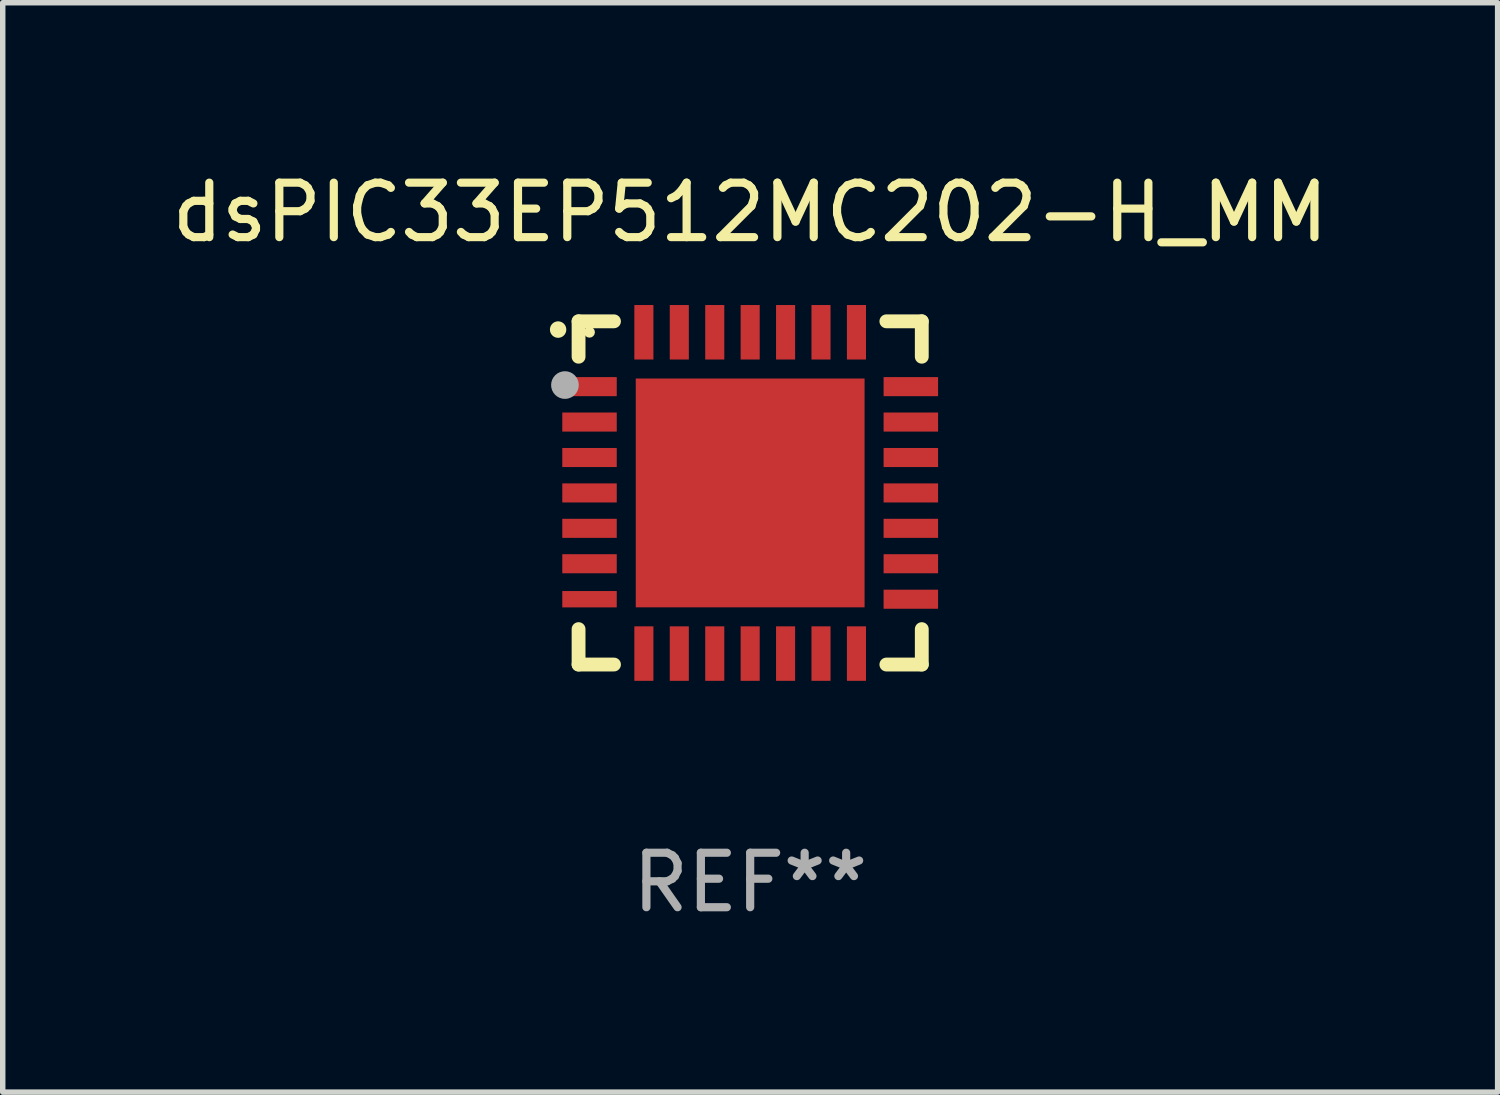
<source format=kicad_pcb>
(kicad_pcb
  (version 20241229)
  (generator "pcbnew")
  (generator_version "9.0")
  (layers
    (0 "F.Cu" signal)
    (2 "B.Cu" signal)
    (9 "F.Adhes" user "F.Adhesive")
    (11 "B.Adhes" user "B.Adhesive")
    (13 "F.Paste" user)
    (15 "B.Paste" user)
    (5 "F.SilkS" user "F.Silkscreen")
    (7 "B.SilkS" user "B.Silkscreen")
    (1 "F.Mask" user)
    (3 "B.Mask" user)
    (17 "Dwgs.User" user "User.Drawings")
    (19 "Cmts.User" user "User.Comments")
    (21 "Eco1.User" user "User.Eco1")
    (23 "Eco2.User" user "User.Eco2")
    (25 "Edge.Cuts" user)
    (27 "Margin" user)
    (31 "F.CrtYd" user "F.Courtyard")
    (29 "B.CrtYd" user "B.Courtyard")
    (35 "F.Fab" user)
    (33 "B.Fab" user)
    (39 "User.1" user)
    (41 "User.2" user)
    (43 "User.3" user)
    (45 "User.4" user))
  (footprint "dsPIC33EP512MC202-H_MM"
    (layer "F.Cu")
    (at 10.72 5.998)
    (property "Reference" "dsPIC33EP512MC202-H_MM" (at 0 -5.15 0) (layer "F.SilkS") (effects (font (size 1 1) (thickness 0.15))))
    (attr through_hole)
    (fp_line (start -3.15 -3.15) (end -2.5 -3.15) (stroke (width 0.254) (type solid)) (layer "F.SilkS"))
    (fp_line (start -3.15 -2.5) (end -3.15 -3.15) (stroke (width 0.254) (type solid)) (layer "F.SilkS"))
    (fp_line (start -3.15 3.15) (end -3.15 2.5) (stroke (width 0.254) (type solid)) (layer "F.SilkS"))
    (fp_line (start -2.5 3.15) (end -3.15 3.15) (stroke (width 0.254) (type solid)) (layer "F.SilkS"))
    (fp_line (start 2.5 -3.15) (end 3.15 -3.15) (stroke (width 0.254) (type solid)) (layer "F.SilkS"))
    (fp_line (start 2.5 3.15) (end 3.15 3.15) (stroke (width 0.254) (type solid)) (layer "F.SilkS"))
    (fp_line (start 3.15 -3.15) (end 3.15 -2.5) (stroke (width 0.254) (type solid)) (layer "F.SilkS"))
    (fp_line (start 3.15 3.15) (end 3.15 2.5) (stroke (width 0.254) (type solid)) (layer "F.SilkS"))
    (fp_arc (start -3.525527 -2.997206) (mid -3.525532 -2.998476) (end -3.525527 -2.999746) (stroke (width 0.3) (type solid)) (layer "F.SilkS"))
    (fp_circle (center -2.95 -2.95) (end -2.9 -2.95) (stroke (width 0.1) (type solid)) (fill no) (layer "F.SilkS"))
    (fp_circle (center -3.4 -1.98) (end -3.273 -1.98) (stroke (width 0.254) (type solid)) (fill no) (layer "F.Fab"))
    (fp_text user "REF**" (at 0 7.15 0) (layer "F.Fab") (effects (font (size 1 1) (thickness 0.15))))
    (pad "1" smd rect (at -2.949 -1.951 90) (size 0.35 1) (layers "F.Cu" "F.Mask" "F.Paste"))
    (pad "2" smd rect (at -2.949 -1.301 90) (size 0.35 1) (layers "F.Cu" "F.Mask" "F.Paste"))
    (pad "3" smd rect (at -2.949 -0.65 90) (size 0.35 1) (layers "F.Cu" "F.Mask" "F.Paste"))
    (pad "4" smd rect (at -2.949 -0.000025 90) (size 0.35 1) (layers "F.Cu" "F.Mask" "F.Paste"))
    (pad "5" smd rect (at -2.949 0.65 90) (size 0.35 1) (layers "F.Cu" "F.Mask" "F.Paste"))
    (pad "6" smd rect (at -2.949 1.3 90) (size 0.35 1) (layers "F.Cu" "F.Mask" "F.Paste"))
    (pad "7" smd rect (at -2.949 1.951 90) (size 0.3 1) (layers "F.Cu" "F.Mask" "F.Paste"))
    (pad "8" smd rect (at -1.951 2.949) (size 0.35 1) (layers "F.Cu" "F.Mask" "F.Paste"))
    (pad "9" smd rect (at -1.301 2.949) (size 0.35 1) (layers "F.Cu" "F.Mask" "F.Paste"))
    (pad "10" smd rect (at -0.65 2.949) (size 0.35 1) (layers "F.Cu" "F.Mask" "F.Paste"))
    (pad "11" smd rect (at -0.000076 2.949) (size 0.35 1) (layers "F.Cu" "F.Mask" "F.Paste"))
    (pad "12" smd rect (at 0.65 2.949) (size 0.35 1) (layers "F.Cu" "F.Mask" "F.Paste"))
    (pad "13" smd rect (at 1.3 2.949) (size 0.35 1) (layers "F.Cu" "F.Mask" "F.Paste"))
    (pad "14" smd rect (at 1.951 2.949) (size 0.35 1) (layers "F.Cu" "F.Mask" "F.Paste"))
    (pad "15" smd rect (at 2.949 1.951 90) (size 0.35 1) (layers "F.Cu" "F.Mask" "F.Paste"))
    (pad "16" smd rect (at 2.949 1.3 90) (size 0.35 1) (layers "F.Cu" "F.Mask" "F.Paste"))
    (pad "17" smd rect (at 2.949 0.65 90) (size 0.35 1) (layers "F.Cu" "F.Mask" "F.Paste"))
    (pad "18" smd rect (at 2.949 -0.000025 90) (size 0.35 1) (layers "F.Cu" "F.Mask" "F.Paste"))
    (pad "19" smd rect (at 2.949 -0.65 90) (size 0.35 1) (layers "F.Cu" "F.Mask" "F.Paste"))
    (pad "20" smd rect (at 2.949 -1.301 90) (size 0.35 1) (layers "F.Cu" "F.Mask" "F.Paste"))
    (pad "21" smd rect (at 2.949 -1.951 90) (size 0.35 1) (layers "F.Cu" "F.Mask" "F.Paste"))
    (pad "22" smd rect (at 1.951 -2.949) (size 0.35 1) (layers "F.Cu" "F.Mask" "F.Paste"))
    (pad "23" smd rect (at 1.3 -2.949) (size 0.35 1) (layers "F.Cu" "F.Mask" "F.Paste"))
    (pad "24" smd rect (at 0.65 -2.949) (size 0.35 1) (layers "F.Cu" "F.Mask" "F.Paste"))
    (pad "25" smd rect (at -0.000076 -2.949) (size 0.35 1) (layers "F.Cu" "F.Mask" "F.Paste"))
    (pad "26" smd rect (at -0.65 -2.949) (size 0.35 1) (layers "F.Cu" "F.Mask" "F.Paste"))
    (pad "27" smd rect (at -1.301 -2.949) (size 0.35 1) (layers "F.Cu" "F.Mask" "F.Paste"))
    (pad "28" smd rect (at -1.951 -2.949) (size 0.35 1) (layers "F.Cu" "F.Mask" "F.Paste"))
    (pad "29" smd rect (at -0.000076 -0.000025) (size 4.2 4.2) (layers "F.Cu" "F.Mask" "F.Paste")))
  (gr_rect
    (start -3 -3)
    (end 24.44 16.997)
    (stroke (width 0.1) (type default))
    (fill no)
    (layer "Edge.Cuts")))
</source>
